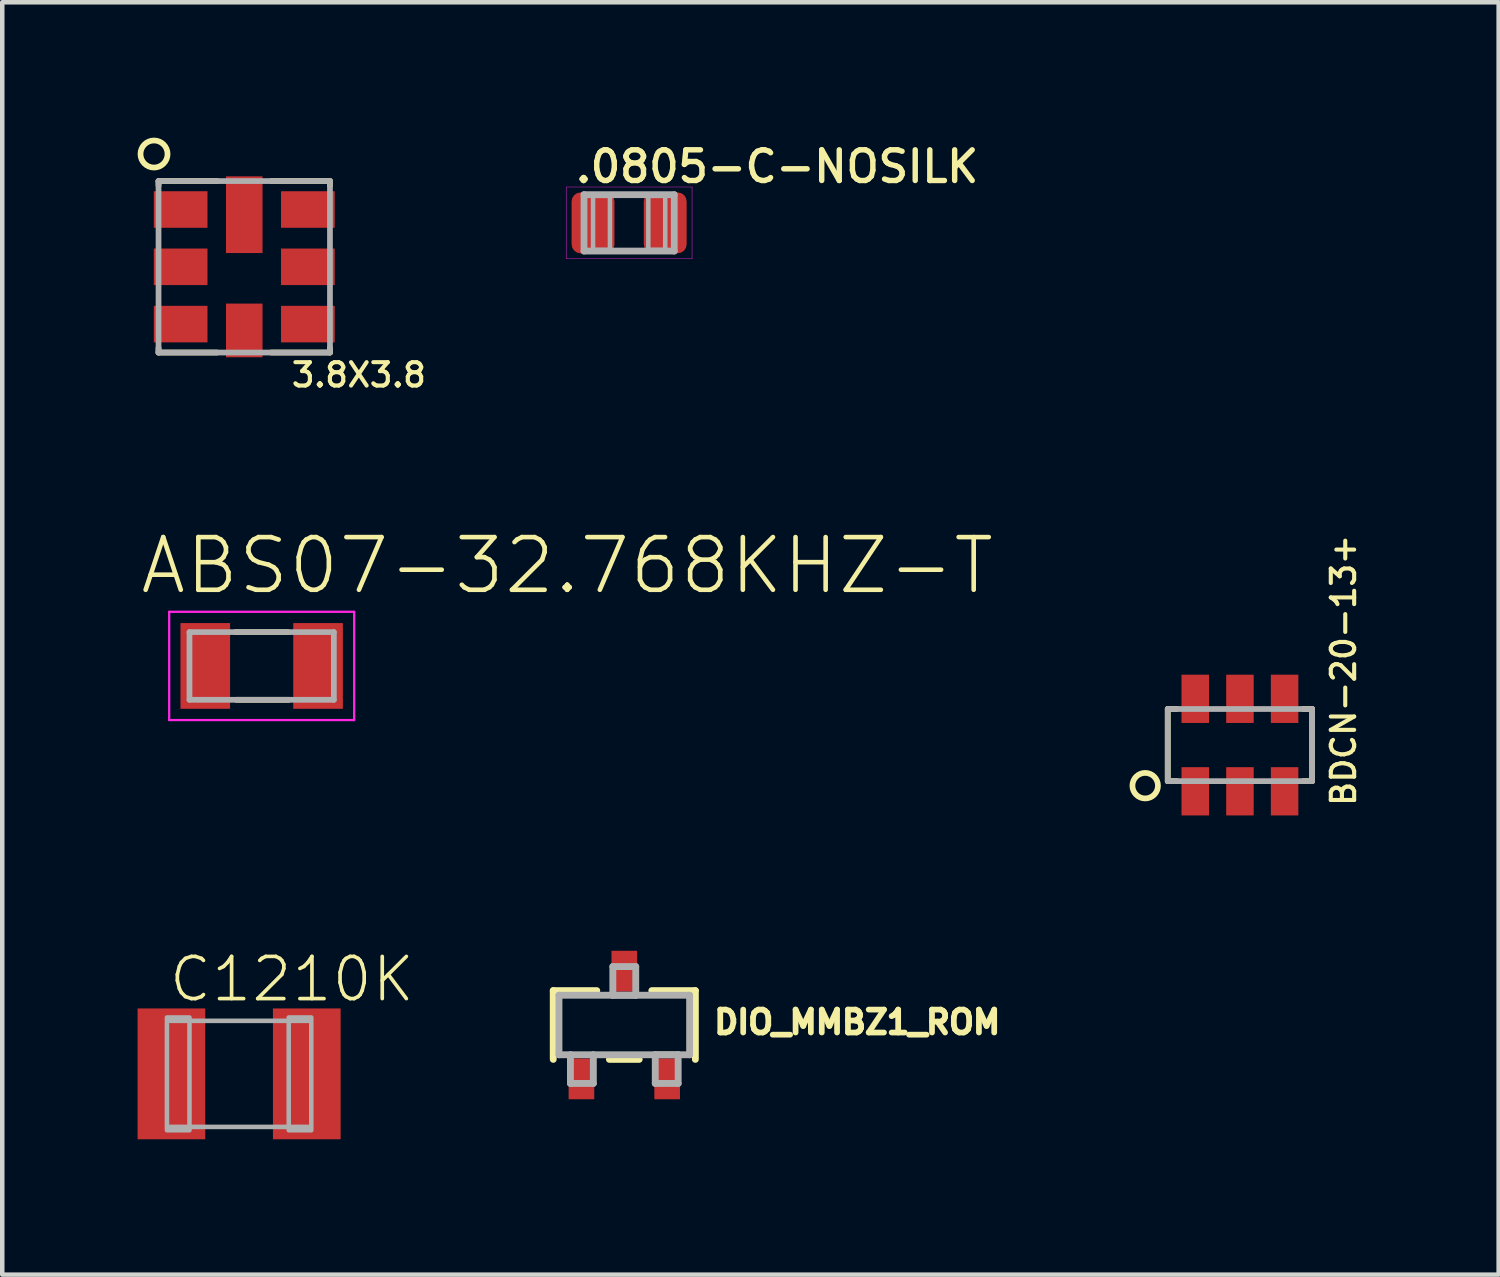
<source format=kicad_pcb>
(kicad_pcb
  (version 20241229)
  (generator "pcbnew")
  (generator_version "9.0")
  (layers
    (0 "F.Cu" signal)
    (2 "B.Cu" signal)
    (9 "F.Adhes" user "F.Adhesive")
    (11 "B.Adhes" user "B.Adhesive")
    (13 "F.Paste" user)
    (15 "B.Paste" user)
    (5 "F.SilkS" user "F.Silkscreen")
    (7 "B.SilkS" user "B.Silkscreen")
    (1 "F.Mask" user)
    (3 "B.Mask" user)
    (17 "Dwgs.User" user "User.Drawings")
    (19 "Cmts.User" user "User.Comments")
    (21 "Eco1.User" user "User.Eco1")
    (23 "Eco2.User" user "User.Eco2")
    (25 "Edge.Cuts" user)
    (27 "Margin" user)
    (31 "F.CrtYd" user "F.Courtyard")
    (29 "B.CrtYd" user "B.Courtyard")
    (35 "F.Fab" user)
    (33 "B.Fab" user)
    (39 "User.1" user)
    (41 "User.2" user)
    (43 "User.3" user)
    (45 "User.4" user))
  (footprint "BDCN-20-13+"
    (layer "F.Cu")
    (at 24.434 13.465)
    (property "Reference" "BDCN-20-13+" (at 2.6 1.4 90) (layer "F.SilkS") (effects (font (size 0.518 0.518) (thickness 0.091)) (justify left bottom)))
    (fp_line (start -1.6 -0.8) (end -1.6 0.8) (stroke (width 0.127) (type solid)) (layer "F.SilkS"))
    (fp_line (start -1.6 0.8) (end -1.4 0.8) (stroke (width 0.127) (type solid)) (layer "F.SilkS"))
    (fp_line (start -1.4 -0.8) (end -1.6 -0.8) (stroke (width 0.127) (type solid)) (layer "F.SilkS"))
    (fp_line (start 1.4 -0.8) (end 1.6 -0.8) (stroke (width 0.127) (type solid)) (layer "F.SilkS"))
    (fp_line (start 1.6 -0.8) (end 1.6 0.8) (stroke (width 0.127) (type solid)) (layer "F.SilkS"))
    (fp_line (start 1.6 0.8) (end 1.4 0.8) (stroke (width 0.127) (type solid)) (layer "F.SilkS"))
    (fp_circle (center -2.1 0.9) (end -1.817 0.9) (stroke (width 0.127) (type solid)) (fill no) (layer "F.SilkS"))
    (fp_poly (pts (xy -1.25 1.15) (xy -0.75 1.15) (xy -0.75 0.55) (xy -1.25 0.55)) (stroke (width 0) (type solid)) (fill yes) (layer "F.Paste"))
    (fp_poly (pts (xy -0.75 -1.15) (xy -1.25 -1.15) (xy -1.25 -0.55) (xy -0.75 -0.55)) (stroke (width 0) (type solid)) (fill yes) (layer "F.Paste"))
    (fp_poly (pts (xy -0.25 1.15) (xy 0.25 1.15) (xy 0.25 0.55) (xy -0.25 0.55)) (stroke (width 0) (type solid)) (fill yes) (layer "F.Paste"))
    (fp_poly (pts (xy 0.25 -1.15) (xy -0.25 -1.15) (xy -0.25 -0.55) (xy 0.25 -0.55)) (stroke (width 0) (type solid)) (fill yes) (layer "F.Paste"))
    (fp_poly (pts (xy 0.75 1.15) (xy 1.25 1.15) (xy 1.25 0.55) (xy 0.75 0.55)) (stroke (width 0) (type solid)) (fill yes) (layer "F.Paste"))
    (fp_poly (pts (xy 1.25 -1.15) (xy 0.75 -1.15) (xy 0.75 -0.55) (xy 1.25 -0.55)) (stroke (width 0) (type solid)) (fill yes) (layer "F.Paste"))
    (fp_line (start -1.6 -0.8) (end -1.6 0.8) (stroke (width 0.127) (type solid)) (layer "F.Fab"))
    (fp_line (start -1.6 0.8) (end 1.6 0.8) (stroke (width 0.127) (type solid)) (layer "F.Fab"))
    (fp_line (start 1.6 -0.8) (end -1.6 -0.8) (stroke (width 0.127) (type solid)) (layer "F.Fab"))
    (fp_line (start 1.6 0.8) (end 1.6 -0.8) (stroke (width 0.127) (type solid)) (layer "F.Fab"))
    (pad "1" smd rect (at -0.99 1.025) (size 0.61 1.07) (layers "F.Cu" "F.Mask"))
    (pad "2" smd rect (at 0 1.025) (size 0.61 1.07) (layers "F.Cu" "F.Mask"))
    (pad "3" smd rect (at 0.99 1.025) (size 0.61 1.07) (layers "F.Cu" "F.Mask"))
    (pad "4" smd rect (at 0.99 -1.025 180) (size 0.61 1.07) (layers "F.Cu" "F.Mask"))
    (pad "5" smd rect (at 0 -1.025 180) (size 0.61 1.07) (layers "F.Cu" "F.Mask"))
    (pad "6" smd rect (at -0.99 -1.025 180) (size 0.61 1.07) (layers "F.Cu" "F.Mask")))
  (footprint "C1210K"
    (layer "F.Cu")
    (at 2.25 20.753)
    (property "Reference" "C1210K" (at -1.6 -1.55 0) (layer "F.SilkS") (effects (font (size 0.935 0.935) (thickness 0.081)) (justify left bottom)))
    (fp_line (start -1.525 -1.175) (end 1.525 -1.175) (stroke (width 0.102) (type solid)) (layer "F.Fab"))
    (fp_line (start 1.525 1.175) (end -1.525 1.175) (stroke (width 0.102) (type solid)) (layer "F.Fab"))
    (fp_poly (pts (xy -1.6 1.25) (xy -1.1 1.25) (xy -1.1 -1.25) (xy -1.6 -1.25)) (stroke (width 0.1) (type solid)) (fill no) (layer "F.Fab"))
    (fp_poly (pts (xy 1.1 1.25) (xy 1.6 1.25) (xy 1.6 -1.25) (xy 1.1 -1.25)) (stroke (width 0.1) (type solid)) (fill no) (layer "F.Fab"))
    (pad "1" smd rect (at -1.5 0) (size 1.5 2.9) (layers "F.Cu" "F.Mask" "F.Paste"))
    (pad "2" smd rect (at 1.5 0) (size 1.5 2.9) (layers "F.Cu" "F.Mask" "F.Paste")))
  (footprint "ABS07-32.768KHZ-T"
    (layer "F.Cu")
    (at 2.75 11.711)
    (property "Reference" "ABS07-32.768KHZ-T" (at -2.75 -1.54 0) (layer "F.SilkS") (effects (font (size 1.168 1.168) (thickness 0.102)) (justify left bottom)))
    (fp_line (start -0.58 -0.75) (end 0.58 -0.75) (stroke (width 0.127) (type solid)) (layer "F.SilkS"))
    (fp_line (start -0.56 0.75) (end 0.6 0.75) (stroke (width 0.127) (type solid)) (layer "F.SilkS"))
    (fp_line (start -2.05 -1.2) (end 2.05 -1.2) (stroke (width 0.05) (type solid)) (layer "F.CrtYd"))
    (fp_line (start -2.05 1.2) (end -2.05 -1.2) (stroke (width 0.05) (type solid)) (layer "F.CrtYd"))
    (fp_line (start 2.05 -1.2) (end 2.05 1.2) (stroke (width 0.05) (type solid)) (layer "F.CrtYd"))
    (fp_line (start 2.05 1.2) (end -2.05 1.2) (stroke (width 0.05) (type solid)) (layer "F.CrtYd"))
    (fp_line (start -1.6 -0.75) (end 1.6 -0.75) (stroke (width 0.127) (type solid)) (layer "F.Fab"))
    (fp_line (start -1.6 0.75) (end -1.6 -0.75) (stroke (width 0.127) (type solid)) (layer "F.Fab"))
    (fp_line (start 1.6 -0.75) (end 1.6 0.75) (stroke (width 0.127) (type solid)) (layer "F.Fab"))
    (fp_line (start 1.6 0.75) (end -1.6 0.75) (stroke (width 0.127) (type solid)) (layer "F.Fab"))
    (pad "1" smd rect (at -1.25 0 90) (size 1.9 1.1) (layers "F.Cu" "F.Mask" "F.Paste"))
    (pad "2" smd rect (at 1.25 0 90) (size 1.9 1.1) (layers "F.Cu" "F.Mask" "F.Paste")))
  (footprint ".0805-C-NOSILK"
    (layer "F.Cu")
    (at 10.895 1.89)
    (property "Reference" ".0805-C-NOSILK" (at -1.25 -0.85 0) (layer "F.SilkS") (effects (font (size 0.68 0.68) (thickness 0.12)) (justify left bottom)))
    (fp_poly (pts (xy -0.26 0.74) (xy -1.34 0.74) (xy -1.34 -0.74) (xy -0.26 -0.74)) (stroke (width 0) (type solid)) (fill yes) (layer "F.Mask"))
    (fp_poly (pts (xy 1.34 0.74) (xy 0.26 0.74) (xy 0.26 -0.74) (xy 1.34 -0.74)) (stroke (width 0) (type solid)) (fill yes) (layer "F.Mask"))
    (fp_line (start -1.395 -0.795) (end -1.395 0.795) (stroke (width 0.01) (type solid)) (layer "F.CrtYd"))
    (fp_line (start -1.395 0.795) (end 1.395 0.795) (stroke (width 0.01) (type solid)) (layer "F.CrtYd"))
    (fp_line (start 1.395 -0.795) (end -1.395 -0.795) (stroke (width 0.01) (type solid)) (layer "F.CrtYd"))
    (fp_line (start 1.395 0.795) (end 1.395 -0.795) (stroke (width 0.01) (type solid)) (layer "F.CrtYd"))
    (fp_line (start -1 -0.625) (end 1 -0.625) (stroke (width 0.15) (type solid)) (layer "F.Fab"))
    (fp_line (start -1 0.625) (end -1 -0.625) (stroke (width 0.15) (type solid)) (layer "F.Fab"))
    (fp_line (start 1 -0.625) (end 1 0.625) (stroke (width 0.15) (type solid)) (layer "F.Fab"))
    (fp_line (start 1 0.625) (end -1 0.625) (stroke (width 0.15) (type solid)) (layer "F.Fab"))
    (fp_poly (pts (xy -0.8 0.6) (xy -0.425 0.6) (xy -0.425 -0.6) (xy -0.8 -0.6)) (stroke (width 0.1) (type solid)) (fill no) (layer "F.Fab"))
    (fp_poly (pts (xy 0.425 0.6) (xy 0.8 0.6) (xy 0.8 -0.6) (xy 0.425 -0.6)) (stroke (width 0.1) (type solid)) (fill no) (layer "F.Fab"))
    (pad "1" smd roundrect (at -0.8 0) (size 0.95 1.35) (layers "F.Cu" "F.Paste") (roundrect_rratio 0.21))
    (pad "2" smd roundrect (at 0.8 0) (size 0.95 1.35) (layers "F.Cu" "F.Paste") (roundrect_rratio 0.21)))
  (footprint "DIO_MMBZ1_ROM"
    (layer "F.Cu")
    (at 10.788 19.67)
    (property "Reference" "DIO_MMBZ1_ROM" (at 1.923 0.235 0) (layer "F.SilkS") (effects (font (size 0.508 0.508) (thickness 0.127)) (justify left bottom)))
    (fp_line (start -1.575 -0.762) (end -1.575 0.762) (stroke (width 0.152) (type solid)) (layer "F.SilkS"))
    (fp_line (start -0.61 -0.762) (end -1.575 -0.762) (stroke (width 0.152) (type solid)) (layer "F.SilkS"))
    (fp_line (start -0.33 0.762) (end 0.33 0.762) (stroke (width 0.152) (type solid)) (layer "F.SilkS"))
    (fp_line (start 1.575 -0.762) (end 0.61 -0.762) (stroke (width 0.152) (type solid)) (layer "F.SilkS"))
    (fp_line (start 1.575 0.762) (end 1.575 -0.762) (stroke (width 0.152) (type solid)) (layer "F.SilkS"))
    (fp_line (start -1.448 -0.66) (end -1.448 0.66) (stroke (width 0.152) (type solid)) (layer "F.Fab"))
    (fp_line (start -1.448 0.66) (end -1.194 0.66) (stroke (width 0.152) (type solid)) (layer "F.Fab"))
    (fp_line (start -1.194 0.66) (end -1.194 1.295) (stroke (width 0.152) (type solid)) (layer "F.Fab"))
    (fp_line (start -1.194 0.66) (end -0.686 0.66) (stroke (width 0.152) (type solid)) (layer "F.Fab"))
    (fp_line (start -1.194 1.295) (end -0.686 1.295) (stroke (width 0.152) (type solid)) (layer "F.Fab"))
    (fp_line (start -0.686 0.66) (end 0.686 0.66) (stroke (width 0.152) (type solid)) (layer "F.Fab"))
    (fp_line (start -0.686 1.295) (end -0.686 0.66) (stroke (width 0.152) (type solid)) (layer "F.Fab"))
    (fp_line (start -0.254 -1.295) (end -0.254 -0.66) (stroke (width 0.152) (type solid)) (layer "F.Fab"))
    (fp_line (start -0.254 -0.66) (end -1.448 -0.66) (stroke (width 0.152) (type solid)) (layer "F.Fab"))
    (fp_line (start -0.254 -0.66) (end 0.254 -0.66) (stroke (width 0.152) (type solid)) (layer "F.Fab"))
    (fp_line (start 0.254 -1.295) (end -0.254 -1.295) (stroke (width 0.152) (type solid)) (layer "F.Fab"))
    (fp_line (start 0.254 -0.66) (end -0.254 -0.66) (stroke (width 0.152) (type solid)) (layer "F.Fab"))
    (fp_line (start 0.254 -0.66) (end 0.254 -1.295) (stroke (width 0.152) (type solid)) (layer "F.Fab"))
    (fp_line (start 0.686 0.66) (end 0.686 1.295) (stroke (width 0.152) (type solid)) (layer "F.Fab"))
    (fp_line (start 0.686 0.66) (end 1.194 0.66) (stroke (width 0.152) (type solid)) (layer "F.Fab"))
    (fp_line (start 0.686 1.295) (end 1.194 1.295) (stroke (width 0.152) (type solid)) (layer "F.Fab"))
    (fp_line (start 1.194 0.66) (end 0.686 0.66) (stroke (width 0.152) (type solid)) (layer "F.Fab"))
    (fp_line (start 1.194 0.66) (end 1.448 0.66) (stroke (width 0.152) (type solid)) (layer "F.Fab"))
    (fp_line (start 1.194 1.295) (end 1.194 0.66) (stroke (width 0.152) (type solid)) (layer "F.Fab"))
    (fp_line (start 1.448 -0.66) (end 0.254 -0.66) (stroke (width 0.152) (type solid)) (layer "F.Fab"))
    (fp_line (start 1.448 0.66) (end 1.448 -0.66) (stroke (width 0.152) (type solid)) (layer "F.Fab"))
    (pad "1" smd rect (at -0.95 1.194) (size 0.568 0.903) (layers "F.Cu" "F.Mask" "F.Paste"))
    (pad "2" smd rect (at 0.95 1.194) (size 0.568 0.903) (layers "F.Cu" "F.Mask" "F.Paste"))
    (pad "3" smd rect (at 0 -1.194) (size 0.568 0.903) (layers "F.Cu" "F.Mask" "F.Paste")))
  (footprint "3.8X3.8"
    (layer "F.Cu")
    (at 2.364 2.864)
    (property "Reference" "3.8X3.8" (at 1 2.7 0) (layer "F.SilkS") (effects (font (size 0.518 0.518) (thickness 0.091)) (justify left bottom)))
    (fp_line (start -1.9 -1.9) (end -1.9 -1.8) (stroke (width 0.127) (type solid)) (layer "F.SilkS"))
    (fp_line (start -1.9 1.9) (end -1.9 1.8) (stroke (width 0.127) (type solid)) (layer "F.SilkS"))
    (fp_line (start -0.6 -1.9) (end -1.9 -1.9) (stroke (width 0.127) (type solid)) (layer "F.SilkS"))
    (fp_line (start -0.6 1.9) (end -1.9 1.9) (stroke (width 0.127) (type solid)) (layer "F.SilkS"))
    (fp_line (start 0.6 -1.9) (end 1.9 -1.9) (stroke (width 0.127) (type solid)) (layer "F.SilkS"))
    (fp_line (start 0.6 1.9) (end 1.9 1.9) (stroke (width 0.127) (type solid)) (layer "F.SilkS"))
    (fp_line (start 1.9 -1.9) (end 1.9 -1.8) (stroke (width 0.127) (type solid)) (layer "F.SilkS"))
    (fp_line (start 1.9 1.9) (end 1.9 1.8) (stroke (width 0.127) (type solid)) (layer "F.SilkS"))
    (fp_circle (center -2 -2.5) (end -1.7 -2.5) (stroke (width 0.127) (type solid)) (fill no) (layer "F.SilkS"))
    (fp_poly (pts (xy -1.9 -1) (xy -0.9 -1) (xy -0.9 -1.5) (xy -1.9 -1.5)) (stroke (width 0) (type solid)) (fill yes) (layer "F.Paste"))
    (fp_poly (pts (xy -1.9 0.25) (xy -0.9 0.25) (xy -0.9 -0.25) (xy -1.9 -0.25)) (stroke (width 0) (type solid)) (fill yes) (layer "F.Paste"))
    (fp_poly (pts (xy -1.9 1.5) (xy -0.9 1.5) (xy -0.9 1) (xy -1.9 1)) (stroke (width 0) (type solid)) (fill yes) (layer "F.Paste"))
    (fp_poly (pts (xy -0.25 -0.4) (xy 0.25 -0.4) (xy 0.25 -1.9) (xy -0.25 -1.9)) (stroke (width 0) (type solid)) (fill yes) (layer "F.Paste"))
    (fp_poly (pts (xy 0.25 1.9) (xy 0.25 0.9) (xy -0.25 0.9) (xy -0.25 1.9)) (stroke (width 0) (type solid)) (fill yes) (layer "F.Paste"))
    (fp_poly (pts (xy 1.9 -1.5) (xy 0.9 -1.5) (xy 0.9 -1) (xy 1.9 -1)) (stroke (width 0) (type solid)) (fill yes) (layer "F.Paste"))
    (fp_poly (pts (xy 1.9 -0.25) (xy 0.9 -0.25) (xy 0.9 0.25) (xy 1.9 0.25)) (stroke (width 0) (type solid)) (fill yes) (layer "F.Paste"))
    (fp_poly (pts (xy 1.9 1) (xy 0.9 1) (xy 0.9 1.5) (xy 1.9 1.5)) (stroke (width 0) (type solid)) (fill yes) (layer "F.Paste"))
    (fp_line (start -1.9 -1.9) (end -1.9 1.9) (stroke (width 0.127) (type solid)) (layer "F.Fab"))
    (fp_line (start -1.9 1.9) (end 1.9 1.9) (stroke (width 0.127) (type solid)) (layer "F.Fab"))
    (fp_line (start 1.9 -1.9) (end -1.9 -1.9) (stroke (width 0.127) (type solid)) (layer "F.Fab"))
    (fp_line (start 1.9 1.9) (end 1.9 -1.9) (stroke (width 0.127) (type solid)) (layer "F.Fab"))
    (pad "1" smd rect (at -1.41 -1.27) (size 1.19 0.81) (layers "F.Cu" "F.Mask"))
    (pad "2" smd rect (at -1.41 0) (size 1.19 0.81) (layers "F.Cu" "F.Mask"))
    (pad "3" smd rect (at -1.41 1.27) (size 1.19 0.81) (layers "F.Cu" "F.Mask"))
    (pad "4" smd rect (at 0 1.41 90) (size 1.19 0.81) (layers "F.Cu" "F.Mask"))
    (pad "5" smd rect (at 1.41 1.27 180) (size 1.19 0.81) (layers "F.Cu" "F.Mask"))
    (pad "6" smd rect (at 1.41 0 180) (size 1.19 0.81) (layers "F.Cu" "F.Mask"))
    (pad "7" smd rect (at 1.41 -1.27 180) (size 1.19 0.81) (layers "F.Cu" "F.Mask"))
    (pad "8" smd rect (at 0 -1.155 270) (size 1.7 0.81) (layers "F.Cu" "F.Mask")))
  (gr_rect
    (start -3 -3)
    (end 30.169 25.203)
    (stroke (width 0.1) (type default))
    (fill no)
    (layer "Edge.Cuts")))
</source>
